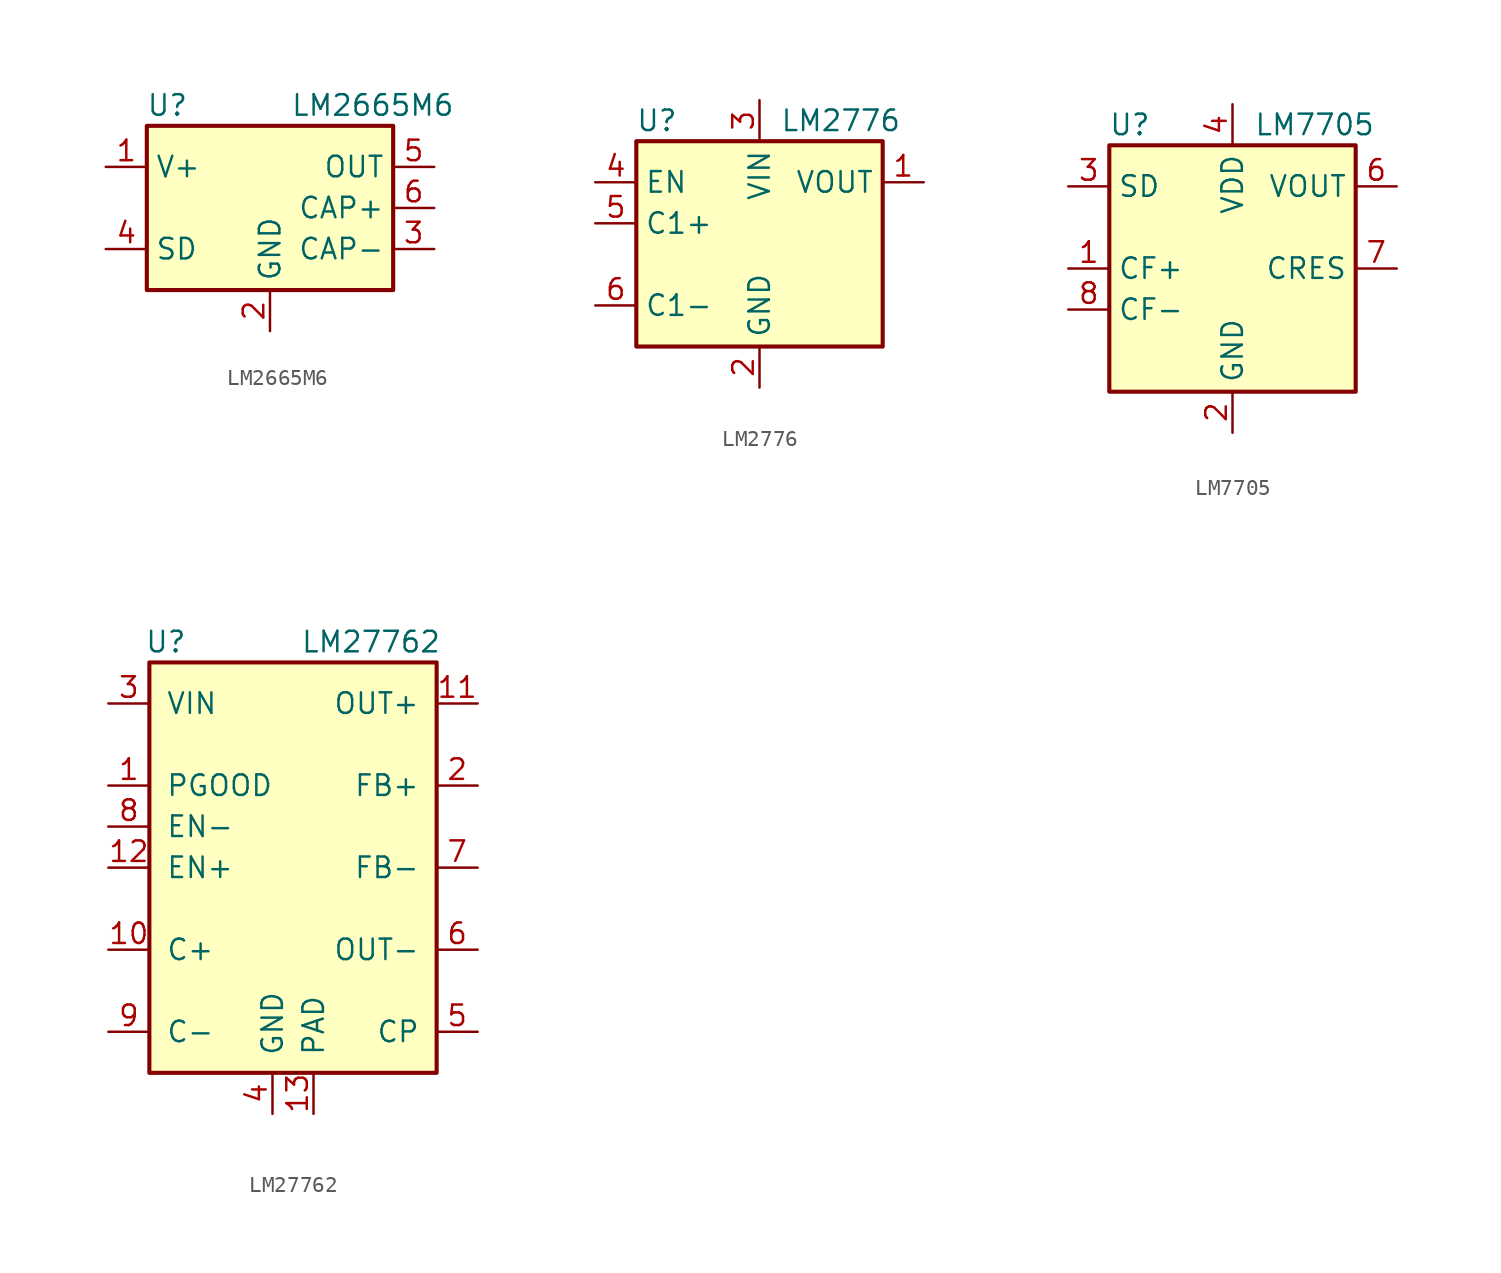
<source format=kicad_sym>
(kicad_symbol_lib
  (version 20201005)
  (generator kicad_symbol_editor)
  (symbol "Regulator_SwitchedCapacitor:LM2665M6"
    (property "Reference" "U"
      (at -6.35 6.35 0)
      (effects (font (size 1.27 1.27))))
    (property "Value" "LM2665M6"
      (at 1.27 6.35 0)
      (effects (font (size 1.27 1.27)) (justify left)))
    (symbol "LM2665M6_0_1"
      (rectangle (start -7.62 5.08) (end 7.62 -5.08) (stroke (width 0.254)) (fill (type background))))
    (symbol "LM2665M6_1_1"
      (pin passive line (at -10.16 2.54 0) (length 2.54) (name "V+" (effects (font (size 1.27 1.27)))) (number "1" (effects (font (size 1.27 1.27)))))
      (pin power_in line (at 0 -7.62 90) (length 2.54) (name "GND" (effects (font (size 1.27 1.27)))) (number "2" (effects (font (size 1.27 1.27)))))
      (pin passive line (at 10.16 -2.54 180) (length 2.54) (name "CAP-" (effects (font (size 1.27 1.27)))) (number "3" (effects (font (size 1.27 1.27)))))
      (pin input line (at -10.16 -2.54 0) (length 2.54) (name "SD" (effects (font (size 1.27 1.27)))) (number "4" (effects (font (size 1.27 1.27)))))
      (pin passive line (at 10.16 2.54 180) (length 2.54) (name "OUT" (effects (font (size 1.27 1.27)))) (number "5" (effects (font (size 1.27 1.27)))))
      (pin passive line (at 10.16 0 180) (length 2.54) (name "CAP+" (effects (font (size 1.27 1.27)))) (number "6" (effects (font (size 1.27 1.27)))))))
  (symbol "Regulator_SwitchedCapacitor:LM2776"
    (property "Reference" "U"
      (at -6.35 6.35 0)
      (effects (font (size 1.27 1.27))))
    (property "Value" "LM2776"
      (at 1.27 6.35 0)
      (effects (font (size 1.27 1.27)) (justify left)))
    (symbol "LM2776_0_1"
      (rectangle (start -7.62 5.08) (end 7.62 -7.62) (stroke (width 0.254)) (fill (type background))))
    (symbol "LM2776_1_1"
      (pin power_out line (at 10.16 2.54 180) (length 2.54) (name "VOUT" (effects (font (size 1.27 1.27)))) (number "1" (effects (font (size 1.27 1.27)))))
      (pin power_in line (at 0 -10.16 90) (length 2.54) (name "GND" (effects (font (size 1.27 1.27)))) (number "2" (effects (font (size 1.27 1.27)))))
      (pin power_in line (at 0 7.62 270) (length 2.54) (name "VIN" (effects (font (size 1.27 1.27)))) (number "3" (effects (font (size 1.27 1.27)))))
      (pin input line (at -10.16 2.54 0) (length 2.54) (name "EN" (effects (font (size 1.27 1.27)))) (number "4" (effects (font (size 1.27 1.27)))))
      (pin passive line (at -10.16 0 0) (length 2.54) (name "C1+" (effects (font (size 1.27 1.27)))) (number "5" (effects (font (size 1.27 1.27)))))
      (pin passive line (at -10.16 -5.08 0) (length 2.54) (name "C1-" (effects (font (size 1.27 1.27)))) (number "6" (effects (font (size 1.27 1.27)))))))
  (symbol "Regulator_SwitchedCapacitor:LM7705"
    (property "Reference" "U"
      (at -6.35 8.89 0)
      (effects (font (size 1.27 1.27))))
    (property "Value" "LM7705"
      (at 5.08 8.89 0)
      (effects (font (size 1.27 1.27))))
    (symbol "LM7705_0_1"
      (rectangle (start -7.62 7.62) (end 7.62 -7.62) (stroke (width 0.254)) (fill (type background))))
    (symbol "LM7705_1_1"
      (pin passive line (at -10.16 0 0) (length 2.54) (name "CF+" (effects (font (size 1.27 1.27)))) (number "1" (effects (font (size 1.27 1.27)))))
      (pin power_in line (at 0 -10.16 90) (length 2.54) (name "GND" (effects (font (size 1.27 1.27)))) (number "2" (effects (font (size 1.27 1.27)))))
      (pin input line (at -10.16 5.08 0) (length 2.54) (name "SD" (effects (font (size 1.27 1.27)))) (number "3" (effects (font (size 1.27 1.27)))))
      (pin power_in line (at 0 10.16 270) (length 2.54) (name "VDD" (effects (font (size 1.27 1.27)))) (number "4" (effects (font (size 1.27 1.27)))))
      (pin passive line (at 0 -10.16 90) (length 2.54) hide (name "GND" (effects (font (size 1.27 1.27)))) (number "5" (effects (font (size 1.27 1.27)))))
      (pin power_out line (at 10.16 5.08 180) (length 2.54) (name "VOUT" (effects (font (size 1.27 1.27)))) (number "6" (effects (font (size 1.27 1.27)))))
      (pin passive line (at 10.16 0 180) (length 2.54) (name "CRES" (effects (font (size 1.27 1.27)))) (number "7" (effects (font (size 1.27 1.27)))))
      (pin passive line (at -10.16 -2.54 0) (length 2.54) (name "CF-" (effects (font (size 1.27 1.27)))) (number "8" (effects (font (size 1.27 1.27)))))))
  (symbol "Regulator_SwitchedCapacitor:LM27762"
    (pin_names
      (offset 1.016))
    (property "Reference" "U"
      (at -6.604 8.89 0)
      (effects (font (size 1.27 1.27))))
    (property "Value" "LM27762"
      (at 6.096 8.89 0)
      (effects (font (size 1.27 1.27))))
    (symbol "LM27762_0_1"
      (rectangle (start -7.62 7.62) (end 10.16 -17.78) (stroke (width 0.254)) (fill (type background))))
    (symbol "LM27762_1_1"
      (pin open_collector line (at -10.16 0 0) (length 2.54) (name "PGOOD" (effects (font (size 1.27 1.27)))) (number "1" (effects (font (size 1.27 1.27)))))
      (pin passive line (at -10.16 -10.16 0) (length 2.54) (name "C+" (effects (font (size 1.27 1.27)))) (number "10" (effects (font (size 1.27 1.27)))))
      (pin power_out line (at 12.7 5.08 180) (length 2.54) (name "OUT+" (effects (font (size 1.27 1.27)))) (number "11" (effects (font (size 1.27 1.27)))))
      (pin input line (at -10.16 -5.08 0) (length 2.54) (name "EN+" (effects (font (size 1.27 1.27)))) (number "12" (effects (font (size 1.27 1.27)))))
      (pin power_in line (at 2.54 -20.32 90) (length 2.54) (name "PAD" (effects (font (size 1.27 1.27)))) (number "13" (effects (font (size 1.27 1.27)))))
      (pin input line (at 12.7 0 180) (length 2.54) (name "FB+" (effects (font (size 1.27 1.27)))) (number "2" (effects (font (size 1.27 1.27)))))
      (pin power_in line (at -10.16 5.08 0) (length 2.54) (name "VIN" (effects (font (size 1.27 1.27)))) (number "3" (effects (font (size 1.27 1.27)))))
      (pin power_in line (at 0 -20.32 90) (length 2.54) (name "GND" (effects (font (size 1.27 1.27)))) (number "4" (effects (font (size 1.27 1.27)))))
      (pin passive line (at 12.7 -15.24 180) (length 2.54) (name "CP" (effects (font (size 1.27 1.27)))) (number "5" (effects (font (size 1.27 1.27)))))
      (pin power_out line (at 12.7 -10.16 180) (length 2.54) (name "OUT-" (effects (font (size 1.27 1.27)))) (number "6" (effects (font (size 1.27 1.27)))))
      (pin input line (at 12.7 -5.08 180) (length 2.54) (name "FB-" (effects (font (size 1.27 1.27)))) (number "7" (effects (font (size 1.27 1.27)))))
      (pin input line (at -10.16 -2.54 0) (length 2.54) (name "EN-" (effects (font (size 1.27 1.27)))) (number "8" (effects (font (size 1.27 1.27)))))
      (pin passive line (at -10.16 -15.24 0) (length 2.54) (name "C-" (effects (font (size 1.27 1.27)))) (number "9" (effects (font (size 1.27 1.27))))))))
</source>
